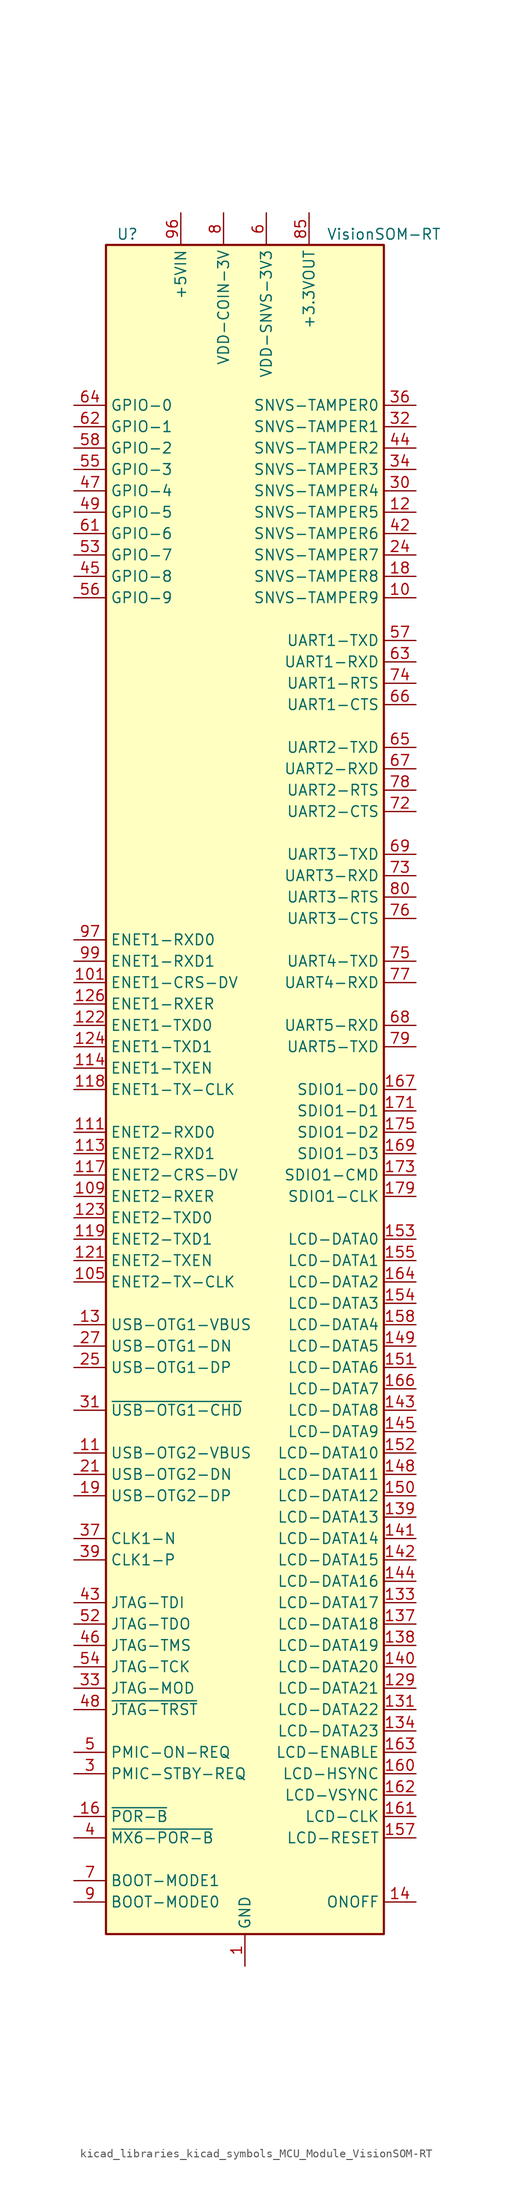
<source format=kicad_sym>
(kicad_symbol_lib
  (version 20220914)
  (generator kicad_symbol_editor)
  (symbol "kicad_libraries_kicad_symbols_MCU_Module_VisionSOM-RT"
    (property "Reference" "U"
      (at -13.97 101.6 0)
      (effects (font (size 1.27 1.27))))
    (property "Value" "VisionSOM-RT"
      (at 16.51 101.6 0)
      (effects (font (size 1.27 1.27))))
    (symbol "kicad_libraries_kicad_symbols_MCU_Module_VisionSOM-RT_0_1"
      (rectangle (start -16.51 100.33) (end 16.51 -100.33) (stroke (width 0.254) (type default)) (fill (type background))))
    (symbol "kicad_libraries_kicad_symbols_MCU_Module_VisionSOM-RT_1_1"
      (pin power_in line (at 0 -104.14 90) (length 3.81) (name "GND" (effects (font (size 1.27 1.27)))) (number "1" (effects (font (size 1.27 1.27)))))
      (pin bidirectional line (at 20.32 58.42 180) (length 3.81) (name "SNVS-TAMPER9" (effects (font (size 1.27 1.27)))) (number "10" (effects (font (size 1.27 1.27)))))
      (pin passive line (at -7.62 104.14 270) (length 3.81) hide (name "+5VIN" (effects (font (size 1.27 1.27)))) (number "100" (effects (font (size 1.27 1.27)))))
      (pin bidirectional line (at -20.32 12.7 0) (length 3.81) (name "ENET1-CRS-DV" (effects (font (size 1.27 1.27)))) (number "101" (effects (font (size 1.27 1.27)))))
      (pin passive line (at -7.62 104.14 270) (length 3.81) hide (name "+5VIN" (effects (font (size 1.27 1.27)))) (number "102" (effects (font (size 1.27 1.27)))))
      (pin passive line (at 0 -104.14 90) (length 3.81) hide (name "GND" (effects (font (size 1.27 1.27)))) (number "103" (effects (font (size 1.27 1.27)))))
      (pin passive line (at -7.62 104.14 270) (length 3.81) hide (name "+5VIN" (effects (font (size 1.27 1.27)))) (number "104" (effects (font (size 1.27 1.27)))))
      (pin bidirectional line (at -20.32 -22.86 0) (length 3.81) (name "ENET2-TX-CLK" (effects (font (size 1.27 1.27)))) (number "105" (effects (font (size 1.27 1.27)))))
      (pin passive line (at -7.62 104.14 270) (length 3.81) hide (name "+5VIN" (effects (font (size 1.27 1.27)))) (number "106" (effects (font (size 1.27 1.27)))))
      (pin passive line (at 0 -104.14 90) (length 3.81) hide (name "GND" (effects (font (size 1.27 1.27)))) (number "107" (effects (font (size 1.27 1.27)))))
      (pin passive line (at -7.62 104.14 270) (length 3.81) hide (name "+5VIN" (effects (font (size 1.27 1.27)))) (number "108" (effects (font (size 1.27 1.27)))))
      (pin bidirectional line (at -20.32 -12.7 0) (length 3.81) (name "ENET2-RXER" (effects (font (size 1.27 1.27)))) (number "109" (effects (font (size 1.27 1.27)))))
      (pin input line (at -20.32 -43.18 0) (length 3.81) (name "USB-OTG2-VBUS" (effects (font (size 1.27 1.27)))) (number "11" (effects (font (size 1.27 1.27)))))
      (pin passive line (at -7.62 104.14 270) (length 3.81) hide (name "+5VIN" (effects (font (size 1.27 1.27)))) (number "110" (effects (font (size 1.27 1.27)))))
      (pin bidirectional line (at -20.32 -5.08 0) (length 3.81) (name "ENET2-RXD0" (effects (font (size 1.27 1.27)))) (number "111" (effects (font (size 1.27 1.27)))))
      (pin passive line (at -7.62 104.14 270) (length 3.81) hide (name "+5VIN" (effects (font (size 1.27 1.27)))) (number "112" (effects (font (size 1.27 1.27)))))
      (pin bidirectional line (at -20.32 -7.62 0) (length 3.81) (name "ENET2-RXD1" (effects (font (size 1.27 1.27)))) (number "113" (effects (font (size 1.27 1.27)))))
      (pin bidirectional line (at -20.32 2.54 0) (length 3.81) (name "ENET1-TXEN" (effects (font (size 1.27 1.27)))) (number "114" (effects (font (size 1.27 1.27)))))
      (pin passive line (at 0 -104.14 90) (length 3.81) hide (name "GND" (effects (font (size 1.27 1.27)))) (number "115" (effects (font (size 1.27 1.27)))))
      (pin passive line (at 0 -104.14 90) (length 3.81) hide (name "GND" (effects (font (size 1.27 1.27)))) (number "116" (effects (font (size 1.27 1.27)))))
      (pin bidirectional line (at -20.32 -10.16 0) (length 3.81) (name "ENET2-CRS-DV" (effects (font (size 1.27 1.27)))) (number "117" (effects (font (size 1.27 1.27)))))
      (pin bidirectional line (at -20.32 0 0) (length 3.81) (name "ENET1-TX-CLK" (effects (font (size 1.27 1.27)))) (number "118" (effects (font (size 1.27 1.27)))))
      (pin bidirectional line (at -20.32 -17.78 0) (length 3.81) (name "ENET2-TXD1" (effects (font (size 1.27 1.27)))) (number "119" (effects (font (size 1.27 1.27)))))
      (pin bidirectional line (at 20.32 68.58 180) (length 3.81) (name "SNVS-TAMPER5" (effects (font (size 1.27 1.27)))) (number "12" (effects (font (size 1.27 1.27)))))
      (pin passive line (at 0 -104.14 90) (length 3.81) hide (name "GND" (effects (font (size 1.27 1.27)))) (number "120" (effects (font (size 1.27 1.27)))))
      (pin bidirectional line (at -20.32 -20.32 0) (length 3.81) (name "ENET2-TXEN" (effects (font (size 1.27 1.27)))) (number "121" (effects (font (size 1.27 1.27)))))
      (pin bidirectional line (at -20.32 7.62 0) (length 3.81) (name "ENET1-TXD0" (effects (font (size 1.27 1.27)))) (number "122" (effects (font (size 1.27 1.27)))))
      (pin bidirectional line (at -20.32 -15.24 0) (length 3.81) (name "ENET2-TXD0" (effects (font (size 1.27 1.27)))) (number "123" (effects (font (size 1.27 1.27)))))
      (pin bidirectional line (at -20.32 5.08 0) (length 3.81) (name "ENET1-TXD1" (effects (font (size 1.27 1.27)))) (number "124" (effects (font (size 1.27 1.27)))))
      (pin passive line (at 0 -104.14 90) (length 3.81) hide (name "GND" (effects (font (size 1.27 1.27)))) (number "125" (effects (font (size 1.27 1.27)))))
      (pin bidirectional line (at -20.32 10.16 0) (length 3.81) (name "ENET1-RXER" (effects (font (size 1.27 1.27)))) (number "126" (effects (font (size 1.27 1.27)))))
      (pin passive line (at 0 -104.14 90) (length 3.81) hide (name "GND" (effects (font (size 1.27 1.27)))) (number "127" (effects (font (size 1.27 1.27)))))
      (pin passive line (at 0 -104.14 90) (length 3.81) hide (name "GND" (effects (font (size 1.27 1.27)))) (number "128" (effects (font (size 1.27 1.27)))))
      (pin bidirectional line (at 20.32 -71.12 180) (length 3.81) (name "LCD-DATA21" (effects (font (size 1.27 1.27)))) (number "129" (effects (font (size 1.27 1.27)))))
      (pin input line (at -20.32 -27.94 0) (length 3.81) (name "USB-OTG1-VBUS" (effects (font (size 1.27 1.27)))) (number "13" (effects (font (size 1.27 1.27)))))
      (pin passive line (at 0 -104.14 90) (length 3.81) hide (name "GND" (effects (font (size 1.27 1.27)))) (number "130" (effects (font (size 1.27 1.27)))))
      (pin bidirectional line (at 20.32 -73.66 180) (length 3.81) (name "LCD-DATA22" (effects (font (size 1.27 1.27)))) (number "131" (effects (font (size 1.27 1.27)))))
      (pin passive line (at 0 -104.14 90) (length 3.81) hide (name "GND" (effects (font (size 1.27 1.27)))) (number "132" (effects (font (size 1.27 1.27)))))
      (pin bidirectional line (at 20.32 -60.96 180) (length 3.81) (name "LCD-DATA17" (effects (font (size 1.27 1.27)))) (number "133" (effects (font (size 1.27 1.27)))))
      (pin bidirectional line (at 20.32 -76.2 180) (length 3.81) (name "LCD-DATA23" (effects (font (size 1.27 1.27)))) (number "134" (effects (font (size 1.27 1.27)))))
      (pin passive line (at 0 -104.14 90) (length 3.81) hide (name "GND" (effects (font (size 1.27 1.27)))) (number "135" (effects (font (size 1.27 1.27)))))
      (pin passive line (at 0 -104.14 90) (length 3.81) hide (name "GND" (effects (font (size 1.27 1.27)))) (number "136" (effects (font (size 1.27 1.27)))))
      (pin bidirectional line (at 20.32 -63.5 180) (length 3.81) (name "LCD-DATA18" (effects (font (size 1.27 1.27)))) (number "137" (effects (font (size 1.27 1.27)))))
      (pin bidirectional line (at 20.32 -66.04 180) (length 3.81) (name "LCD-DATA19" (effects (font (size 1.27 1.27)))) (number "138" (effects (font (size 1.27 1.27)))))
      (pin bidirectional line (at 20.32 -50.8 180) (length 3.81) (name "LCD-DATA13" (effects (font (size 1.27 1.27)))) (number "139" (effects (font (size 1.27 1.27)))))
      (pin input line (at 20.32 -96.52 180) (length 3.81) (name "ONOFF" (effects (font (size 1.27 1.27)))) (number "14" (effects (font (size 1.27 1.27)))))
      (pin bidirectional line (at 20.32 -68.58 180) (length 3.81) (name "LCD-DATA20" (effects (font (size 1.27 1.27)))) (number "140" (effects (font (size 1.27 1.27)))))
      (pin bidirectional line (at 20.32 -53.34 180) (length 3.81) (name "LCD-DATA14" (effects (font (size 1.27 1.27)))) (number "141" (effects (font (size 1.27 1.27)))))
      (pin bidirectional line (at 20.32 -55.88 180) (length 3.81) (name "LCD-DATA15" (effects (font (size 1.27 1.27)))) (number "142" (effects (font (size 1.27 1.27)))))
      (pin bidirectional line (at 20.32 -38.1 180) (length 3.81) (name "LCD-DATA8" (effects (font (size 1.27 1.27)))) (number "143" (effects (font (size 1.27 1.27)))))
      (pin bidirectional line (at 20.32 -58.42 180) (length 3.81) (name "LCD-DATA16" (effects (font (size 1.27 1.27)))) (number "144" (effects (font (size 1.27 1.27)))))
      (pin bidirectional line (at 20.32 -40.64 180) (length 3.81) (name "LCD-DATA9" (effects (font (size 1.27 1.27)))) (number "145" (effects (font (size 1.27 1.27)))))
      (pin passive line (at 0 -104.14 90) (length 3.81) hide (name "GND" (effects (font (size 1.27 1.27)))) (number "146" (effects (font (size 1.27 1.27)))))
      (pin passive line (at 0 -104.14 90) (length 3.81) hide (name "GND" (effects (font (size 1.27 1.27)))) (number "147" (effects (font (size 1.27 1.27)))))
      (pin bidirectional line (at 20.32 -45.72 180) (length 3.81) (name "LCD-DATA11" (effects (font (size 1.27 1.27)))) (number "148" (effects (font (size 1.27 1.27)))))
      (pin bidirectional line (at 20.32 -30.48 180) (length 3.81) (name "LCD-DATA5" (effects (font (size 1.27 1.27)))) (number "149" (effects (font (size 1.27 1.27)))))
      (pin passive line (at 0 -104.14 90) (length 3.81) hide (name "GND" (effects (font (size 1.27 1.27)))) (number "15" (effects (font (size 1.27 1.27)))))
      (pin bidirectional line (at 20.32 -48.26 180) (length 3.81) (name "LCD-DATA12" (effects (font (size 1.27 1.27)))) (number "150" (effects (font (size 1.27 1.27)))))
      (pin bidirectional line (at 20.32 -33.02 180) (length 3.81) (name "LCD-DATA6" (effects (font (size 1.27 1.27)))) (number "151" (effects (font (size 1.27 1.27)))))
      (pin bidirectional line (at 20.32 -43.18 180) (length 3.81) (name "LCD-DATA10" (effects (font (size 1.27 1.27)))) (number "152" (effects (font (size 1.27 1.27)))))
      (pin bidirectional line (at 20.32 -17.78 180) (length 3.81) (name "LCD-DATA0" (effects (font (size 1.27 1.27)))) (number "153" (effects (font (size 1.27 1.27)))))
      (pin bidirectional line (at 20.32 -25.4 180) (length 3.81) (name "LCD-DATA3" (effects (font (size 1.27 1.27)))) (number "154" (effects (font (size 1.27 1.27)))))
      (pin bidirectional line (at 20.32 -20.32 180) (length 3.81) (name "LCD-DATA1" (effects (font (size 1.27 1.27)))) (number "155" (effects (font (size 1.27 1.27)))))
      (pin passive line (at 0 -104.14 90) (length 3.81) hide (name "GND" (effects (font (size 1.27 1.27)))) (number "156" (effects (font (size 1.27 1.27)))))
      (pin bidirectional line (at 20.32 -88.9 180) (length 3.81) (name "LCD-RESET" (effects (font (size 1.27 1.27)))) (number "157" (effects (font (size 1.27 1.27)))))
      (pin bidirectional line (at 20.32 -27.94 180) (length 3.81) (name "LCD-DATA4" (effects (font (size 1.27 1.27)))) (number "158" (effects (font (size 1.27 1.27)))))
      (pin passive line (at 0 -104.14 90) (length 3.81) hide (name "GND" (effects (font (size 1.27 1.27)))) (number "159" (effects (font (size 1.27 1.27)))))
      (pin input line (at -20.32 -86.36 0) (length 3.81) (name "~{POR-B}" (effects (font (size 1.27 1.27)))) (number "16" (effects (font (size 1.27 1.27)))))
      (pin bidirectional line (at 20.32 -81.28 180) (length 3.81) (name "LCD-HSYNC" (effects (font (size 1.27 1.27)))) (number "160" (effects (font (size 1.27 1.27)))))
      (pin bidirectional line (at 20.32 -86.36 180) (length 3.81) (name "LCD-CLK" (effects (font (size 1.27 1.27)))) (number "161" (effects (font (size 1.27 1.27)))))
      (pin bidirectional line (at 20.32 -83.82 180) (length 3.81) (name "LCD-VSYNC" (effects (font (size 1.27 1.27)))) (number "162" (effects (font (size 1.27 1.27)))))
      (pin bidirectional line (at 20.32 -78.74 180) (length 3.81) (name "LCD-ENABLE" (effects (font (size 1.27 1.27)))) (number "163" (effects (font (size 1.27 1.27)))))
      (pin bidirectional line (at 20.32 -22.86 180) (length 3.81) (name "LCD-DATA2" (effects (font (size 1.27 1.27)))) (number "164" (effects (font (size 1.27 1.27)))))
      (pin passive line (at 0 -104.14 90) (length 3.81) hide (name "GND" (effects (font (size 1.27 1.27)))) (number "165" (effects (font (size 1.27 1.27)))))
      (pin bidirectional line (at 20.32 -35.56 180) (length 3.81) (name "LCD-DATA7" (effects (font (size 1.27 1.27)))) (number "166" (effects (font (size 1.27 1.27)))))
      (pin bidirectional line (at 20.32 0 180) (length 3.81) (name "SDIO1-D0" (effects (font (size 1.27 1.27)))) (number "167" (effects (font (size 1.27 1.27)))))
      (pin passive line (at 0 -104.14 90) (length 3.81) hide (name "GND" (effects (font (size 1.27 1.27)))) (number "168" (effects (font (size 1.27 1.27)))))
      (pin bidirectional line (at 20.32 -7.62 180) (length 3.81) (name "SDIO1-D3" (effects (font (size 1.27 1.27)))) (number "169" (effects (font (size 1.27 1.27)))))
      (pin passive line (at 0 -104.14 90) (length 3.81) hide (name "GND" (effects (font (size 1.27 1.27)))) (number "17" (effects (font (size 1.27 1.27)))))
      (pin passive line (at 0 -104.14 90) (length 3.81) hide (name "GND" (effects (font (size 1.27 1.27)))) (number "170" (effects (font (size 1.27 1.27)))))
      (pin bidirectional line (at 20.32 -2.54 180) (length 3.81) (name "SDIO1-D1" (effects (font (size 1.27 1.27)))) (number "171" (effects (font (size 1.27 1.27)))))
      (pin passive line (at 0 -104.14 90) (length 3.81) hide (name "GND" (effects (font (size 1.27 1.27)))) (number "172" (effects (font (size 1.27 1.27)))))
      (pin bidirectional line (at 20.32 -10.16 180) (length 3.81) (name "SDIO1-CMD" (effects (font (size 1.27 1.27)))) (number "173" (effects (font (size 1.27 1.27)))))
      (pin passive line (at 0 -104.14 90) (length 3.81) hide (name "GND" (effects (font (size 1.27 1.27)))) (number "174" (effects (font (size 1.27 1.27)))))
      (pin bidirectional line (at 20.32 -5.08 180) (length 3.81) (name "SDIO1-D2" (effects (font (size 1.27 1.27)))) (number "175" (effects (font (size 1.27 1.27)))))
      (pin no_connect line (at -5.08 -99.06 90) (length 3.81) hide (name "NC" (effects (font (size 1.27 1.27)))) (number "176" (effects (font (size 1.27 1.27)))))
      (pin passive line (at 0 -104.14 90) (length 3.81) hide (name "GND" (effects (font (size 1.27 1.27)))) (number "177" (effects (font (size 1.27 1.27)))))
      (pin no_connect line (at -2.54 -99.06 90) (length 3.81) hide (name "NC" (effects (font (size 1.27 1.27)))) (number "178" (effects (font (size 1.27 1.27)))))
      (pin bidirectional line (at 20.32 -12.7 180) (length 3.81) (name "SDIO1-CLK" (effects (font (size 1.27 1.27)))) (number "179" (effects (font (size 1.27 1.27)))))
      (pin bidirectional line (at 20.32 60.96 180) (length 3.81) (name "SNVS-TAMPER8" (effects (font (size 1.27 1.27)))) (number "18" (effects (font (size 1.27 1.27)))))
      (pin no_connect line (at 2.54 -99.06 90) (length 3.81) hide (name "NC" (effects (font (size 1.27 1.27)))) (number "180" (effects (font (size 1.27 1.27)))))
      (pin passive line (at 0 -104.14 90) (length 3.81) hide (name "GND" (effects (font (size 1.27 1.27)))) (number "181" (effects (font (size 1.27 1.27)))))
      (pin no_connect line (at 5.08 -99.06 90) (length 3.81) hide (name "NC" (effects (font (size 1.27 1.27)))) (number "182" (effects (font (size 1.27 1.27)))))
      (pin no_connect line (at -15.24 22.86 0) (length 3.81) hide (name "NC" (effects (font (size 1.27 1.27)))) (number "183" (effects (font (size 1.27 1.27)))))
      (pin passive line (at 0 -104.14 90) (length 3.81) hide (name "GND" (effects (font (size 1.27 1.27)))) (number "184" (effects (font (size 1.27 1.27)))))
      (pin passive line (at 0 -104.14 90) (length 3.81) hide (name "GND" (effects (font (size 1.27 1.27)))) (number "185" (effects (font (size 1.27 1.27)))))
      (pin no_connect line (at -15.24 35.56 0) (length 3.81) hide (name "NC" (effects (font (size 1.27 1.27)))) (number "186" (effects (font (size 1.27 1.27)))))
      (pin no_connect line (at -15.24 25.4 0) (length 3.81) hide (name "NC" (effects (font (size 1.27 1.27)))) (number "187" (effects (font (size 1.27 1.27)))))
      (pin no_connect line (at -15.24 33.02 0) (length 3.81) hide (name "NC" (effects (font (size 1.27 1.27)))) (number "188" (effects (font (size 1.27 1.27)))))
      (pin passive line (at 0 -104.14 90) (length 3.81) hide (name "GND" (effects (font (size 1.27 1.27)))) (number "189" (effects (font (size 1.27 1.27)))))
      (pin bidirectional line (at -20.32 -48.26 0) (length 3.81) (name "USB-OTG2-DP" (effects (font (size 1.27 1.27)))) (number "19" (effects (font (size 1.27 1.27)))))
      (pin no_connect line (at -15.24 38.1 0) (length 3.81) hide (name "NC" (effects (font (size 1.27 1.27)))) (number "190" (effects (font (size 1.27 1.27)))))
      (pin no_connect line (at -15.24 40.64 0) (length 3.81) hide (name "NC" (effects (font (size 1.27 1.27)))) (number "191" (effects (font (size 1.27 1.27)))))
      (pin no_connect line (at -15.24 43.18 0) (length 3.81) hide (name "NC" (effects (font (size 1.27 1.27)))) (number "192" (effects (font (size 1.27 1.27)))))
      (pin no_connect line (at -15.24 48.26 0) (length 3.81) hide (name "NC" (effects (font (size 1.27 1.27)))) (number "193" (effects (font (size 1.27 1.27)))))
      (pin no_connect line (at -15.24 45.72 0) (length 3.81) hide (name "NC" (effects (font (size 1.27 1.27)))) (number "194" (effects (font (size 1.27 1.27)))))
      (pin no_connect line (at -15.24 50.8 0) (length 3.81) hide (name "NC" (effects (font (size 1.27 1.27)))) (number "195" (effects (font (size 1.27 1.27)))))
      (pin no_connect line (at -15.24 53.34 0) (length 3.81) hide (name "NC" (effects (font (size 1.27 1.27)))) (number "196" (effects (font (size 1.27 1.27)))))
      (pin no_connect line (at -15.24 30.48 0) (length 3.81) hide (name "NC" (effects (font (size 1.27 1.27)))) (number "197" (effects (font (size 1.27 1.27)))))
      (pin no_connect line (at -15.24 27.94 0) (length 3.81) hide (name "NC" (effects (font (size 1.27 1.27)))) (number "198" (effects (font (size 1.27 1.27)))))
      (pin passive line (at 0 -104.14 90) (length 3.81) hide (name "GND" (effects (font (size 1.27 1.27)))) (number "199" (effects (font (size 1.27 1.27)))))
      (pin passive line (at 0 -104.14 90) (length 3.81) hide (name "GND" (effects (font (size 1.27 1.27)))) (number "2" (effects (font (size 1.27 1.27)))))
      (pin passive line (at 0 -104.14 90) (length 3.81) hide (name "GND" (effects (font (size 1.27 1.27)))) (number "20" (effects (font (size 1.27 1.27)))))
      (pin passive line (at 0 -104.14 90) (length 3.81) hide (name "GND" (effects (font (size 1.27 1.27)))) (number "200" (effects (font (size 1.27 1.27)))))
      (pin bidirectional line (at -20.32 -45.72 0) (length 3.81) (name "USB-OTG2-DN" (effects (font (size 1.27 1.27)))) (number "21" (effects (font (size 1.27 1.27)))))
      (pin passive line (at 0 -104.14 90) (length 3.81) hide (name "GND" (effects (font (size 1.27 1.27)))) (number "22" (effects (font (size 1.27 1.27)))))
      (pin passive line (at 0 -104.14 90) (length 3.81) hide (name "GND" (effects (font (size 1.27 1.27)))) (number "23" (effects (font (size 1.27 1.27)))))
      (pin bidirectional line (at 20.32 63.5 180) (length 3.81) (name "SNVS-TAMPER7" (effects (font (size 1.27 1.27)))) (number "24" (effects (font (size 1.27 1.27)))))
      (pin bidirectional line (at -20.32 -33.02 0) (length 3.81) (name "USB-OTG1-DP" (effects (font (size 1.27 1.27)))) (number "25" (effects (font (size 1.27 1.27)))))
      (pin passive line (at 0 -104.14 90) (length 3.81) hide (name "GND" (effects (font (size 1.27 1.27)))) (number "26" (effects (font (size 1.27 1.27)))))
      (pin bidirectional line (at -20.32 -30.48 0) (length 3.81) (name "USB-OTG1-DN" (effects (font (size 1.27 1.27)))) (number "27" (effects (font (size 1.27 1.27)))))
      (pin passive line (at 0 -104.14 90) (length 3.81) hide (name "GND" (effects (font (size 1.27 1.27)))) (number "28" (effects (font (size 1.27 1.27)))))
      (pin passive line (at 0 -104.14 90) (length 3.81) hide (name "GND" (effects (font (size 1.27 1.27)))) (number "29" (effects (font (size 1.27 1.27)))))
      (pin output line (at -20.32 -81.28 0) (length 3.81) (name "PMIC-STBY-REQ" (effects (font (size 1.27 1.27)))) (number "3" (effects (font (size 1.27 1.27)))))
      (pin bidirectional line (at 20.32 71.12 180) (length 3.81) (name "SNVS-TAMPER4" (effects (font (size 1.27 1.27)))) (number "30" (effects (font (size 1.27 1.27)))))
      (pin open_collector line (at -20.32 -38.1 0) (length 3.81) (name "~{USB-OTG1-CHD}" (effects (font (size 1.27 1.27)))) (number "31" (effects (font (size 1.27 1.27)))))
      (pin bidirectional line (at 20.32 78.74 180) (length 3.81) (name "SNVS-TAMPER1" (effects (font (size 1.27 1.27)))) (number "32" (effects (font (size 1.27 1.27)))))
      (pin bidirectional line (at -20.32 -71.12 0) (length 3.81) (name "JTAG-MOD" (effects (font (size 1.27 1.27)))) (number "33" (effects (font (size 1.27 1.27)))))
      (pin bidirectional line (at 20.32 73.66 180) (length 3.81) (name "SNVS-TAMPER3" (effects (font (size 1.27 1.27)))) (number "34" (effects (font (size 1.27 1.27)))))
      (pin passive line (at 0 -104.14 90) (length 3.81) hide (name "GND" (effects (font (size 1.27 1.27)))) (number "35" (effects (font (size 1.27 1.27)))))
      (pin bidirectional line (at 20.32 81.28 180) (length 3.81) (name "SNVS-TAMPER0" (effects (font (size 1.27 1.27)))) (number "36" (effects (font (size 1.27 1.27)))))
      (pin bidirectional line (at -20.32 -53.34 0) (length 3.81) (name "CLK1-N" (effects (font (size 1.27 1.27)))) (number "37" (effects (font (size 1.27 1.27)))))
      (pin passive line (at 0 -104.14 90) (length 3.81) hide (name "GND" (effects (font (size 1.27 1.27)))) (number "38" (effects (font (size 1.27 1.27)))))
      (pin bidirectional line (at -20.32 -55.88 0) (length 3.81) (name "CLK1-P" (effects (font (size 1.27 1.27)))) (number "39" (effects (font (size 1.27 1.27)))))
      (pin input line (at -20.32 -88.9 0) (length 3.81) (name "~{MX6-POR-B}" (effects (font (size 1.27 1.27)))) (number "4" (effects (font (size 1.27 1.27)))))
      (pin passive line (at 0 -104.14 90) (length 3.81) hide (name "GND" (effects (font (size 1.27 1.27)))) (number "40" (effects (font (size 1.27 1.27)))))
      (pin passive line (at 0 -104.14 90) (length 3.81) hide (name "GND" (effects (font (size 1.27 1.27)))) (number "41" (effects (font (size 1.27 1.27)))))
      (pin bidirectional line (at 20.32 66.04 180) (length 3.81) (name "SNVS-TAMPER6" (effects (font (size 1.27 1.27)))) (number "42" (effects (font (size 1.27 1.27)))))
      (pin bidirectional line (at -20.32 -60.96 0) (length 3.81) (name "JTAG-TDI" (effects (font (size 1.27 1.27)))) (number "43" (effects (font (size 1.27 1.27)))))
      (pin bidirectional line (at 20.32 76.2 180) (length 3.81) (name "SNVS-TAMPER2" (effects (font (size 1.27 1.27)))) (number "44" (effects (font (size 1.27 1.27)))))
      (pin bidirectional line (at -20.32 60.96 0) (length 3.81) (name "GPIO-8" (effects (font (size 1.27 1.27)))) (number "45" (effects (font (size 1.27 1.27)))))
      (pin bidirectional line (at -20.32 -66.04 0) (length 3.81) (name "JTAG-TMS" (effects (font (size 1.27 1.27)))) (number "46" (effects (font (size 1.27 1.27)))))
      (pin bidirectional line (at -20.32 71.12 0) (length 3.81) (name "GPIO-4" (effects (font (size 1.27 1.27)))) (number "47" (effects (font (size 1.27 1.27)))))
      (pin bidirectional line (at -20.32 -73.66 0) (length 3.81) (name "~{JTAG-TRST}" (effects (font (size 1.27 1.27)))) (number "48" (effects (font (size 1.27 1.27)))))
      (pin bidirectional line (at -20.32 68.58 0) (length 3.81) (name "GPIO-5" (effects (font (size 1.27 1.27)))) (number "49" (effects (font (size 1.27 1.27)))))
      (pin output line (at -20.32 -78.74 0) (length 3.81) (name "PMIC-ON-REQ" (effects (font (size 1.27 1.27)))) (number "5" (effects (font (size 1.27 1.27)))))
      (pin passive line (at 0 -104.14 90) (length 3.81) hide (name "GND" (effects (font (size 1.27 1.27)))) (number "50" (effects (font (size 1.27 1.27)))))
      (pin passive line (at 0 -104.14 90) (length 3.81) hide (name "GND" (effects (font (size 1.27 1.27)))) (number "51" (effects (font (size 1.27 1.27)))))
      (pin bidirectional line (at -20.32 -63.5 0) (length 3.81) (name "JTAG-TDO" (effects (font (size 1.27 1.27)))) (number "52" (effects (font (size 1.27 1.27)))))
      (pin bidirectional line (at -20.32 63.5 0) (length 3.81) (name "GPIO-7" (effects (font (size 1.27 1.27)))) (number "53" (effects (font (size 1.27 1.27)))))
      (pin bidirectional line (at -20.32 -68.58 0) (length 3.81) (name "JTAG-TCK" (effects (font (size 1.27 1.27)))) (number "54" (effects (font (size 1.27 1.27)))))
      (pin bidirectional line (at -20.32 73.66 0) (length 3.81) (name "GPIO-3" (effects (font (size 1.27 1.27)))) (number "55" (effects (font (size 1.27 1.27)))))
      (pin bidirectional line (at -20.32 58.42 0) (length 3.81) (name "GPIO-9" (effects (font (size 1.27 1.27)))) (number "56" (effects (font (size 1.27 1.27)))))
      (pin bidirectional line (at 20.32 53.34 180) (length 3.81) (name "UART1-TXD" (effects (font (size 1.27 1.27)))) (number "57" (effects (font (size 1.27 1.27)))))
      (pin bidirectional line (at -20.32 76.2 0) (length 3.81) (name "GPIO-2" (effects (font (size 1.27 1.27)))) (number "58" (effects (font (size 1.27 1.27)))))
      (pin passive line (at 0 -104.14 90) (length 3.81) hide (name "GND" (effects (font (size 1.27 1.27)))) (number "59" (effects (font (size 1.27 1.27)))))
      (pin power_in line (at 2.54 104.14 270) (length 3.81) (name "VDD-SNVS-3V3" (effects (font (size 1.27 1.27)))) (number "6" (effects (font (size 1.27 1.27)))))
      (pin passive line (at 0 -104.14 90) (length 3.81) hide (name "GND" (effects (font (size 1.27 1.27)))) (number "60" (effects (font (size 1.27 1.27)))))
      (pin bidirectional line (at -20.32 66.04 0) (length 3.81) (name "GPIO-6" (effects (font (size 1.27 1.27)))) (number "61" (effects (font (size 1.27 1.27)))))
      (pin bidirectional line (at -20.32 78.74 0) (length 3.81) (name "GPIO-1" (effects (font (size 1.27 1.27)))) (number "62" (effects (font (size 1.27 1.27)))))
      (pin bidirectional line (at 20.32 50.8 180) (length 3.81) (name "UART1-RXD" (effects (font (size 1.27 1.27)))) (number "63" (effects (font (size 1.27 1.27)))))
      (pin bidirectional line (at -20.32 81.28 0) (length 3.81) (name "GPIO-0" (effects (font (size 1.27 1.27)))) (number "64" (effects (font (size 1.27 1.27)))))
      (pin bidirectional line (at 20.32 40.64 180) (length 3.81) (name "UART2-TXD" (effects (font (size 1.27 1.27)))) (number "65" (effects (font (size 1.27 1.27)))))
      (pin bidirectional line (at 20.32 45.72 180) (length 3.81) (name "UART1-CTS" (effects (font (size 1.27 1.27)))) (number "66" (effects (font (size 1.27 1.27)))))
      (pin bidirectional line (at 20.32 38.1 180) (length 3.81) (name "UART2-RXD" (effects (font (size 1.27 1.27)))) (number "67" (effects (font (size 1.27 1.27)))))
      (pin bidirectional line (at 20.32 7.62 180) (length 3.81) (name "UART5-RXD" (effects (font (size 1.27 1.27)))) (number "68" (effects (font (size 1.27 1.27)))))
      (pin bidirectional line (at 20.32 27.94 180) (length 3.81) (name "UART3-TXD" (effects (font (size 1.27 1.27)))) (number "69" (effects (font (size 1.27 1.27)))))
      (pin input line (at -20.32 -93.98 0) (length 3.81) (name "BOOT-MODE1" (effects (font (size 1.27 1.27)))) (number "7" (effects (font (size 1.27 1.27)))))
      (pin passive line (at 0 -104.14 90) (length 3.81) hide (name "GND" (effects (font (size 1.27 1.27)))) (number "70" (effects (font (size 1.27 1.27)))))
      (pin passive line (at 0 -104.14 90) (length 3.81) hide (name "GND" (effects (font (size 1.27 1.27)))) (number "71" (effects (font (size 1.27 1.27)))))
      (pin bidirectional line (at 20.32 33.02 180) (length 3.81) (name "UART2-CTS" (effects (font (size 1.27 1.27)))) (number "72" (effects (font (size 1.27 1.27)))))
      (pin bidirectional line (at 20.32 25.4 180) (length 3.81) (name "UART3-RXD" (effects (font (size 1.27 1.27)))) (number "73" (effects (font (size 1.27 1.27)))))
      (pin bidirectional line (at 20.32 48.26 180) (length 3.81) (name "UART1-RTS" (effects (font (size 1.27 1.27)))) (number "74" (effects (font (size 1.27 1.27)))))
      (pin bidirectional line (at 20.32 15.24 180) (length 3.81) (name "UART4-TXD" (effects (font (size 1.27 1.27)))) (number "75" (effects (font (size 1.27 1.27)))))
      (pin bidirectional line (at 20.32 20.32 180) (length 3.81) (name "UART3-CTS" (effects (font (size 1.27 1.27)))) (number "76" (effects (font (size 1.27 1.27)))))
      (pin bidirectional line (at 20.32 12.7 180) (length 3.81) (name "UART4-RXD" (effects (font (size 1.27 1.27)))) (number "77" (effects (font (size 1.27 1.27)))))
      (pin bidirectional line (at 20.32 35.56 180) (length 3.81) (name "UART2-RTS" (effects (font (size 1.27 1.27)))) (number "78" (effects (font (size 1.27 1.27)))))
      (pin bidirectional line (at 20.32 5.08 180) (length 3.81) (name "UART5-TXD" (effects (font (size 1.27 1.27)))) (number "79" (effects (font (size 1.27 1.27)))))
      (pin power_in line (at -2.54 104.14 270) (length 3.81) (name "VDD-COIN-3V" (effects (font (size 1.27 1.27)))) (number "8" (effects (font (size 1.27 1.27)))))
      (pin bidirectional line (at 20.32 22.86 180) (length 3.81) (name "UART3-RTS" (effects (font (size 1.27 1.27)))) (number "80" (effects (font (size 1.27 1.27)))))
      (pin passive line (at 0 -104.14 90) (length 3.81) hide (name "GND" (effects (font (size 1.27 1.27)))) (number "81" (effects (font (size 1.27 1.27)))))
      (pin passive line (at 0 -104.14 90) (length 3.81) hide (name "GND" (effects (font (size 1.27 1.27)))) (number "82" (effects (font (size 1.27 1.27)))))
      (pin no_connect line (at 15.24 -93.98 180) (length 3.81) hide (name "NC" (effects (font (size 1.27 1.27)))) (number "83" (effects (font (size 1.27 1.27)))))
      (pin passive line (at 0 -104.14 90) (length 3.81) hide (name "GND" (effects (font (size 1.27 1.27)))) (number "84" (effects (font (size 1.27 1.27)))))
      (pin power_out line (at 7.62 104.14 270) (length 3.81) (name "+3.3VOUT" (effects (font (size 1.27 1.27)))) (number "85" (effects (font (size 1.27 1.27)))))
      (pin no_connect line (at -15.24 -76.2 0) (length 2.54) hide (name "NC" (effects (font (size 1.27 1.27)))) (number "86" (effects (font (size 1.27 1.27)))))
      (pin passive line (at 7.62 104.14 270) (length 3.81) hide (name "+3.3VOUT" (effects (font (size 1.27 1.27)))) (number "87" (effects (font (size 1.27 1.27)))))
      (pin passive line (at 7.62 104.14 270) (length 3.81) hide (name "+3.3VOUT" (effects (font (size 1.27 1.27)))) (number "88" (effects (font (size 1.27 1.27)))))
      (pin passive line (at 7.62 104.14 270) (length 3.81) hide (name "+3.3VOUT" (effects (font (size 1.27 1.27)))) (number "89" (effects (font (size 1.27 1.27)))))
      (pin input line (at -20.32 -96.52 0) (length 3.81) (name "BOOT-MODE0" (effects (font (size 1.27 1.27)))) (number "9" (effects (font (size 1.27 1.27)))))
      (pin passive line (at 7.62 104.14 270) (length 3.81) hide (name "+3.3VOUT" (effects (font (size 1.27 1.27)))) (number "90" (effects (font (size 1.27 1.27)))))
      (pin passive line (at 7.62 104.14 270) (length 3.81) hide (name "+3.3VOUT" (effects (font (size 1.27 1.27)))) (number "91" (effects (font (size 1.27 1.27)))))
      (pin passive line (at 7.62 104.14 270) (length 3.81) hide (name "+3.3VOUT" (effects (font (size 1.27 1.27)))) (number "92" (effects (font (size 1.27 1.27)))))
      (pin passive line (at 7.62 104.14 270) (length 3.81) hide (name "+3.3VOUT" (effects (font (size 1.27 1.27)))) (number "93" (effects (font (size 1.27 1.27)))))
      (pin no_connect line (at -15.24 -83.82 0) (length 2.54) hide (name "NC" (effects (font (size 1.27 1.27)))) (number "94" (effects (font (size 1.27 1.27)))))
      (pin no_connect line (at -15.24 -91.44 0) (length 2.54) hide (name "NC" (effects (font (size 1.27 1.27)))) (number "95" (effects (font (size 1.27 1.27)))))
      (pin power_in line (at -7.62 104.14 270) (length 3.81) (name "+5VIN" (effects (font (size 1.27 1.27)))) (number "96" (effects (font (size 1.27 1.27)))))
      (pin bidirectional line (at -20.32 17.78 0) (length 3.81) (name "ENET1-RXD0" (effects (font (size 1.27 1.27)))) (number "97" (effects (font (size 1.27 1.27)))))
      (pin passive line (at -7.62 104.14 270) (length 3.81) hide (name "+5VIN" (effects (font (size 1.27 1.27)))) (number "98" (effects (font (size 1.27 1.27)))))
      (pin bidirectional line (at -20.32 15.24 0) (length 3.81) (name "ENET1-RXD1" (effects (font (size 1.27 1.27)))) (number "99" (effects (font (size 1.27 1.27))))))))
</source>
